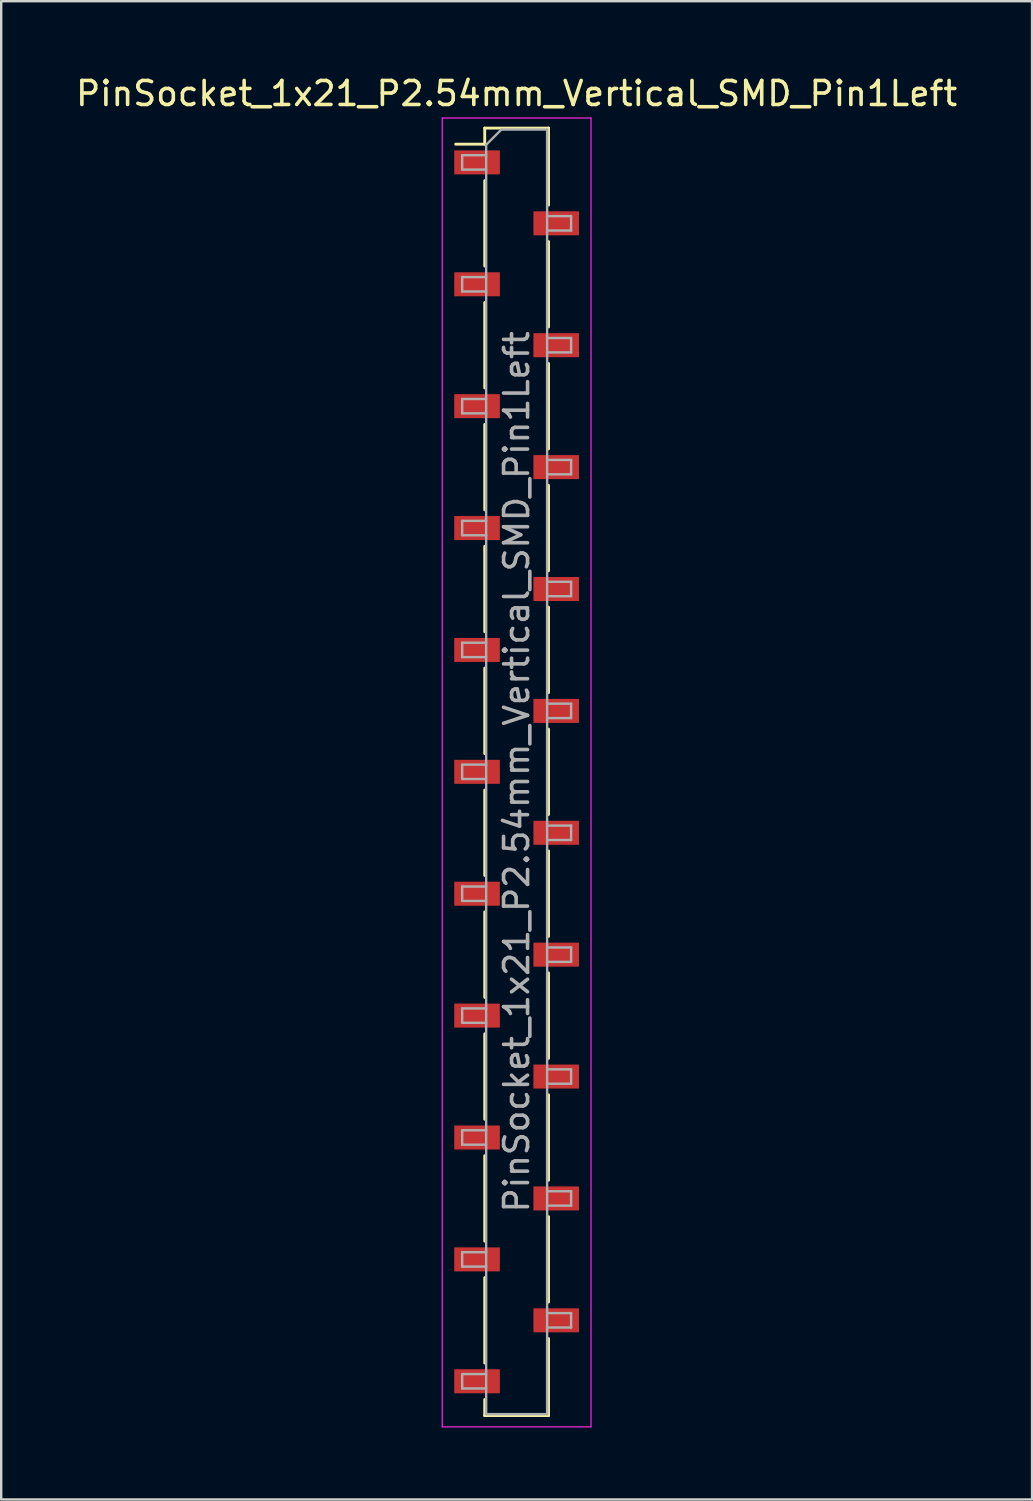
<source format=kicad_pcb>
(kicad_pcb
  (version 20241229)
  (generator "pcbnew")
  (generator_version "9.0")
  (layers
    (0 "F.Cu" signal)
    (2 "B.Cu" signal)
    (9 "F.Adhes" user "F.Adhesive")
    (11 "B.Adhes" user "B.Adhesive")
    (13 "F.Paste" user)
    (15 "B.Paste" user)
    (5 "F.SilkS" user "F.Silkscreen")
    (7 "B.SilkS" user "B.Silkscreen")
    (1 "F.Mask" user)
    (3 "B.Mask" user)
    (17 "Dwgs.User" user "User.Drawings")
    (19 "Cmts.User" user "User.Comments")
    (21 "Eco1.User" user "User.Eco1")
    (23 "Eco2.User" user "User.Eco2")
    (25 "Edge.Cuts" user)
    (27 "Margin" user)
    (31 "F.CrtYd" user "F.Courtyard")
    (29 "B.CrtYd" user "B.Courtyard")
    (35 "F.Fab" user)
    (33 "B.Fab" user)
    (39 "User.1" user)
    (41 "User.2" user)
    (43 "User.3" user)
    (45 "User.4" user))
  (footprint "PinSocket_1x21_P2.54mm_Vertical_SMD_Pin1Left"
    (layer "F.Cu")
    (at 18.482 29.118)
    (property "Reference" "PinSocket_1x21_P2.54mm_Vertical_SMD_Pin1Left" (at 0 -28.27 0) (layer "F.SilkS") (effects (font (size 1 1) (thickness 0.15))))
    (attr smd)
    (fp_line (start -2.54 -26.16) (end -1.33 -26.16) (stroke (width 0.12) (type solid)) (layer "F.SilkS"))
    (fp_line (start -1.33 -26.83) (end -1.33 -26.16) (stroke (width 0.12) (type solid)) (layer "F.SilkS"))
    (fp_line (start -1.33 -26.83) (end 1.33 -26.83) (stroke (width 0.12) (type solid)) (layer "F.SilkS"))
    (fp_line (start -1.33 -24.64) (end -1.33 -21.08) (stroke (width 0.12) (type solid)) (layer "F.SilkS"))
    (fp_line (start -1.33 -19.56) (end -1.33 -16) (stroke (width 0.12) (type solid)) (layer "F.SilkS"))
    (fp_line (start -1.33 -14.48) (end -1.33 -10.92) (stroke (width 0.12) (type solid)) (layer "F.SilkS"))
    (fp_line (start -1.33 -9.4) (end -1.33 -5.84) (stroke (width 0.12) (type solid)) (layer "F.SilkS"))
    (fp_line (start -1.33 -4.32) (end -1.33 -0.76) (stroke (width 0.12) (type solid)) (layer "F.SilkS"))
    (fp_line (start -1.33 0.76) (end -1.33 4.32) (stroke (width 0.12) (type solid)) (layer "F.SilkS"))
    (fp_line (start -1.33 5.84) (end -1.33 9.4) (stroke (width 0.12) (type solid)) (layer "F.SilkS"))
    (fp_line (start -1.33 10.92) (end -1.33 14.48) (stroke (width 0.12) (type solid)) (layer "F.SilkS"))
    (fp_line (start -1.33 16) (end -1.33 19.56) (stroke (width 0.12) (type solid)) (layer "F.SilkS"))
    (fp_line (start -1.33 21.08) (end -1.33 24.64) (stroke (width 0.12) (type solid)) (layer "F.SilkS"))
    (fp_line (start -1.33 26.16) (end -1.33 26.83) (stroke (width 0.12) (type solid)) (layer "F.SilkS"))
    (fp_line (start -1.33 26.83) (end 1.33 26.83) (stroke (width 0.12) (type solid)) (layer "F.SilkS"))
    (fp_line (start 1.33 -26.83) (end 1.33 -23.62) (stroke (width 0.12) (type solid)) (layer "F.SilkS"))
    (fp_line (start 1.33 -22.1) (end 1.33 -18.54) (stroke (width 0.12) (type solid)) (layer "F.SilkS"))
    (fp_line (start 1.33 -17.02) (end 1.33 -13.46) (stroke (width 0.12) (type solid)) (layer "F.SilkS"))
    (fp_line (start 1.33 -11.94) (end 1.33 -8.38) (stroke (width 0.12) (type solid)) (layer "F.SilkS"))
    (fp_line (start 1.33 -6.86) (end 1.33 -3.3) (stroke (width 0.12) (type solid)) (layer "F.SilkS"))
    (fp_line (start 1.33 -1.78) (end 1.33 1.78) (stroke (width 0.12) (type solid)) (layer "F.SilkS"))
    (fp_line (start 1.33 3.3) (end 1.33 6.86) (stroke (width 0.12) (type solid)) (layer "F.SilkS"))
    (fp_line (start 1.33 8.38) (end 1.33 11.94) (stroke (width 0.12) (type solid)) (layer "F.SilkS"))
    (fp_line (start 1.33 13.46) (end 1.33 17.02) (stroke (width 0.12) (type solid)) (layer "F.SilkS"))
    (fp_line (start 1.33 18.54) (end 1.33 22.1) (stroke (width 0.12) (type solid)) (layer "F.SilkS"))
    (fp_line (start 1.33 23.62) (end 1.33 26.83) (stroke (width 0.12) (type solid)) (layer "F.SilkS"))
    (fp_line (start -3.1 -27.25) (end 3.1 -27.25) (stroke (width 0.05) (type solid)) (layer "F.CrtYd"))
    (fp_line (start -3.1 27.3) (end -3.1 -27.25) (stroke (width 0.05) (type solid)) (layer "F.CrtYd"))
    (fp_line (start 3.1 -27.25) (end 3.1 27.3) (stroke (width 0.05) (type solid)) (layer "F.CrtYd"))
    (fp_line (start 3.1 27.3) (end -3.1 27.3) (stroke (width 0.05) (type solid)) (layer "F.CrtYd"))
    (fp_line (start -2.27 -25.7) (end -1.27 -25.7) (stroke (width 0.1) (type solid)) (layer "F.Fab"))
    (fp_line (start -2.27 -25.1) (end -2.27 -25.7) (stroke (width 0.1) (type solid)) (layer "F.Fab"))
    (fp_line (start -2.27 -20.62) (end -1.27 -20.62) (stroke (width 0.1) (type solid)) (layer "F.Fab"))
    (fp_line (start -2.27 -20.02) (end -2.27 -20.62) (stroke (width 0.1) (type solid)) (layer "F.Fab"))
    (fp_line (start -2.27 -15.54) (end -1.27 -15.54) (stroke (width 0.1) (type solid)) (layer "F.Fab"))
    (fp_line (start -2.27 -14.94) (end -2.27 -15.54) (stroke (width 0.1) (type solid)) (layer "F.Fab"))
    (fp_line (start -2.27 -10.46) (end -1.27 -10.46) (stroke (width 0.1) (type solid)) (layer "F.Fab"))
    (fp_line (start -2.27 -9.86) (end -2.27 -10.46) (stroke (width 0.1) (type solid)) (layer "F.Fab"))
    (fp_line (start -2.27 -5.38) (end -1.27 -5.38) (stroke (width 0.1) (type solid)) (layer "F.Fab"))
    (fp_line (start -2.27 -4.78) (end -2.27 -5.38) (stroke (width 0.1) (type solid)) (layer "F.Fab"))
    (fp_line (start -2.27 -0.3) (end -1.27 -0.3) (stroke (width 0.1) (type solid)) (layer "F.Fab"))
    (fp_line (start -2.27 0.3) (end -2.27 -0.3) (stroke (width 0.1) (type solid)) (layer "F.Fab"))
    (fp_line (start -2.27 4.78) (end -1.27 4.78) (stroke (width 0.1) (type solid)) (layer "F.Fab"))
    (fp_line (start -2.27 5.38) (end -2.27 4.78) (stroke (width 0.1) (type solid)) (layer "F.Fab"))
    (fp_line (start -2.27 9.86) (end -1.27 9.86) (stroke (width 0.1) (type solid)) (layer "F.Fab"))
    (fp_line (start -2.27 10.46) (end -2.27 9.86) (stroke (width 0.1) (type solid)) (layer "F.Fab"))
    (fp_line (start -2.27 14.94) (end -1.27 14.94) (stroke (width 0.1) (type solid)) (layer "F.Fab"))
    (fp_line (start -2.27 15.54) (end -2.27 14.94) (stroke (width 0.1) (type solid)) (layer "F.Fab"))
    (fp_line (start -2.27 20.02) (end -1.27 20.02) (stroke (width 0.1) (type solid)) (layer "F.Fab"))
    (fp_line (start -2.27 20.62) (end -2.27 20.02) (stroke (width 0.1) (type solid)) (layer "F.Fab"))
    (fp_line (start -2.27 25.1) (end -1.27 25.1) (stroke (width 0.1) (type solid)) (layer "F.Fab"))
    (fp_line (start -2.27 25.7) (end -2.27 25.1) (stroke (width 0.1) (type solid)) (layer "F.Fab"))
    (fp_line (start -1.27 -26.135) (end -0.635 -26.77) (stroke (width 0.1) (type solid)) (layer "F.Fab"))
    (fp_line (start -1.27 -25.1) (end -2.27 -25.1) (stroke (width 0.1) (type solid)) (layer "F.Fab"))
    (fp_line (start -1.27 -20.02) (end -2.27 -20.02) (stroke (width 0.1) (type solid)) (layer "F.Fab"))
    (fp_line (start -1.27 -14.94) (end -2.27 -14.94) (stroke (width 0.1) (type solid)) (layer "F.Fab"))
    (fp_line (start -1.27 -9.86) (end -2.27 -9.86) (stroke (width 0.1) (type solid)) (layer "F.Fab"))
    (fp_line (start -1.27 -4.78) (end -2.27 -4.78) (stroke (width 0.1) (type solid)) (layer "F.Fab"))
    (fp_line (start -1.27 0.3) (end -2.27 0.3) (stroke (width 0.1) (type solid)) (layer "F.Fab"))
    (fp_line (start -1.27 5.38) (end -2.27 5.38) (stroke (width 0.1) (type solid)) (layer "F.Fab"))
    (fp_line (start -1.27 10.46) (end -2.27 10.46) (stroke (width 0.1) (type solid)) (layer "F.Fab"))
    (fp_line (start -1.27 15.54) (end -2.27 15.54) (stroke (width 0.1) (type solid)) (layer "F.Fab"))
    (fp_line (start -1.27 20.62) (end -2.27 20.62) (stroke (width 0.1) (type solid)) (layer "F.Fab"))
    (fp_line (start -1.27 25.7) (end -2.27 25.7) (stroke (width 0.1) (type solid)) (layer "F.Fab"))
    (fp_line (start -1.27 26.77) (end -1.27 -26.135) (stroke (width 0.1) (type solid)) (layer "F.Fab"))
    (fp_line (start -0.635 -26.77) (end 1.27 -26.77) (stroke (width 0.1) (type solid)) (layer "F.Fab"))
    (fp_line (start 1.27 -26.77) (end 1.27 26.77) (stroke (width 0.1) (type solid)) (layer "F.Fab"))
    (fp_line (start 1.27 -23.16) (end 2.27 -23.16) (stroke (width 0.1) (type solid)) (layer "F.Fab"))
    (fp_line (start 1.27 -18.08) (end 2.27 -18.08) (stroke (width 0.1) (type solid)) (layer "F.Fab"))
    (fp_line (start 1.27 -13) (end 2.27 -13) (stroke (width 0.1) (type solid)) (layer "F.Fab"))
    (fp_line (start 1.27 -7.92) (end 2.27 -7.92) (stroke (width 0.1) (type solid)) (layer "F.Fab"))
    (fp_line (start 1.27 -2.84) (end 2.27 -2.84) (stroke (width 0.1) (type solid)) (layer "F.Fab"))
    (fp_line (start 1.27 2.24) (end 2.27 2.24) (stroke (width 0.1) (type solid)) (layer "F.Fab"))
    (fp_line (start 1.27 7.32) (end 2.27 7.32) (stroke (width 0.1) (type solid)) (layer "F.Fab"))
    (fp_line (start 1.27 12.4) (end 2.27 12.4) (stroke (width 0.1) (type solid)) (layer "F.Fab"))
    (fp_line (start 1.27 17.48) (end 2.27 17.48) (stroke (width 0.1) (type solid)) (layer "F.Fab"))
    (fp_line (start 1.27 22.56) (end 2.27 22.56) (stroke (width 0.1) (type solid)) (layer "F.Fab"))
    (fp_line (start 1.27 26.77) (end -1.27 26.77) (stroke (width 0.1) (type solid)) (layer "F.Fab"))
    (fp_line (start 2.27 -23.16) (end 2.27 -22.56) (stroke (width 0.1) (type solid)) (layer "F.Fab"))
    (fp_line (start 2.27 -22.56) (end 1.27 -22.56) (stroke (width 0.1) (type solid)) (layer "F.Fab"))
    (fp_line (start 2.27 -18.08) (end 2.27 -17.48) (stroke (width 0.1) (type solid)) (layer "F.Fab"))
    (fp_line (start 2.27 -17.48) (end 1.27 -17.48) (stroke (width 0.1) (type solid)) (layer "F.Fab"))
    (fp_line (start 2.27 -13) (end 2.27 -12.4) (stroke (width 0.1) (type solid)) (layer "F.Fab"))
    (fp_line (start 2.27 -12.4) (end 1.27 -12.4) (stroke (width 0.1) (type solid)) (layer "F.Fab"))
    (fp_line (start 2.27 -7.92) (end 2.27 -7.32) (stroke (width 0.1) (type solid)) (layer "F.Fab"))
    (fp_line (start 2.27 -7.32) (end 1.27 -7.32) (stroke (width 0.1) (type solid)) (layer "F.Fab"))
    (fp_line (start 2.27 -2.84) (end 2.27 -2.24) (stroke (width 0.1) (type solid)) (layer "F.Fab"))
    (fp_line (start 2.27 -2.24) (end 1.27 -2.24) (stroke (width 0.1) (type solid)) (layer "F.Fab"))
    (fp_line (start 2.27 2.24) (end 2.27 2.84) (stroke (width 0.1) (type solid)) (layer "F.Fab"))
    (fp_line (start 2.27 2.84) (end 1.27 2.84) (stroke (width 0.1) (type solid)) (layer "F.Fab"))
    (fp_line (start 2.27 7.32) (end 2.27 7.92) (stroke (width 0.1) (type solid)) (layer "F.Fab"))
    (fp_line (start 2.27 7.92) (end 1.27 7.92) (stroke (width 0.1) (type solid)) (layer "F.Fab"))
    (fp_line (start 2.27 12.4) (end 2.27 13) (stroke (width 0.1) (type solid)) (layer "F.Fab"))
    (fp_line (start 2.27 13) (end 1.27 13) (stroke (width 0.1) (type solid)) (layer "F.Fab"))
    (fp_line (start 2.27 17.48) (end 2.27 18.08) (stroke (width 0.1) (type solid)) (layer "F.Fab"))
    (fp_line (start 2.27 18.08) (end 1.27 18.08) (stroke (width 0.1) (type solid)) (layer "F.Fab"))
    (fp_line (start 2.27 22.56) (end 2.27 23.16) (stroke (width 0.1) (type solid)) (layer "F.Fab"))
    (fp_line (start 2.27 23.16) (end 1.27 23.16) (stroke (width 0.1) (type solid)) (layer "F.Fab"))
    (fp_text user "${REFERENCE}" (at 0 0 90) (layer "F.Fab") (effects (font (size 1 1) (thickness 0.15))))
    (pad "1" smd rect (at -1.65 -25.4) (size 1.9 1) (layers "F.Cu" "F.Mask" "F.Paste"))
    (pad "2" smd rect (at 1.65 -22.86) (size 1.9 1) (layers "F.Cu" "F.Mask" "F.Paste"))
    (pad "3" smd rect (at -1.65 -20.32) (size 1.9 1) (layers "F.Cu" "F.Mask" "F.Paste"))
    (pad "4" smd rect (at 1.65 -17.78) (size 1.9 1) (layers "F.Cu" "F.Mask" "F.Paste"))
    (pad "5" smd rect (at -1.65 -15.24) (size 1.9 1) (layers "F.Cu" "F.Mask" "F.Paste"))
    (pad "6" smd rect (at 1.65 -12.7) (size 1.9 1) (layers "F.Cu" "F.Mask" "F.Paste"))
    (pad "7" smd rect (at -1.65 -10.16) (size 1.9 1) (layers "F.Cu" "F.Mask" "F.Paste"))
    (pad "8" smd rect (at 1.65 -7.62) (size 1.9 1) (layers "F.Cu" "F.Mask" "F.Paste"))
    (pad "9" smd rect (at -1.65 -5.08) (size 1.9 1) (layers "F.Cu" "F.Mask" "F.Paste"))
    (pad "10" smd rect (at 1.65 -2.54) (size 1.9 1) (layers "F.Cu" "F.Mask" "F.Paste"))
    (pad "11" smd rect (at -1.65 0) (size 1.9 1) (layers "F.Cu" "F.Mask" "F.Paste"))
    (pad "12" smd rect (at 1.65 2.54) (size 1.9 1) (layers "F.Cu" "F.Mask" "F.Paste"))
    (pad "13" smd rect (at -1.65 5.08) (size 1.9 1) (layers "F.Cu" "F.Mask" "F.Paste"))
    (pad "14" smd rect (at 1.65 7.62) (size 1.9 1) (layers "F.Cu" "F.Mask" "F.Paste"))
    (pad "15" smd rect (at -1.65 10.16) (size 1.9 1) (layers "F.Cu" "F.Mask" "F.Paste"))
    (pad "16" smd rect (at 1.65 12.7) (size 1.9 1) (layers "F.Cu" "F.Mask" "F.Paste"))
    (pad "17" smd rect (at -1.65 15.24) (size 1.9 1) (layers "F.Cu" "F.Mask" "F.Paste"))
    (pad "18" smd rect (at 1.65 17.78) (size 1.9 1) (layers "F.Cu" "F.Mask" "F.Paste"))
    (pad "19" smd rect (at -1.65 20.32) (size 1.9 1) (layers "F.Cu" "F.Mask" "F.Paste"))
    (pad "20" smd rect (at 1.65 22.86) (size 1.9 1) (layers "F.Cu" "F.Mask" "F.Paste"))
    (pad "21" smd rect (at -1.65 25.4) (size 1.9 1) (layers "F.Cu" "F.Mask" "F.Paste")))
  (gr_rect
    (start -3 -3)
    (end 39.964 59.443)
    (stroke (width 0.1) (type default))
    (fill no)
    (layer "Edge.Cuts")))
</source>
